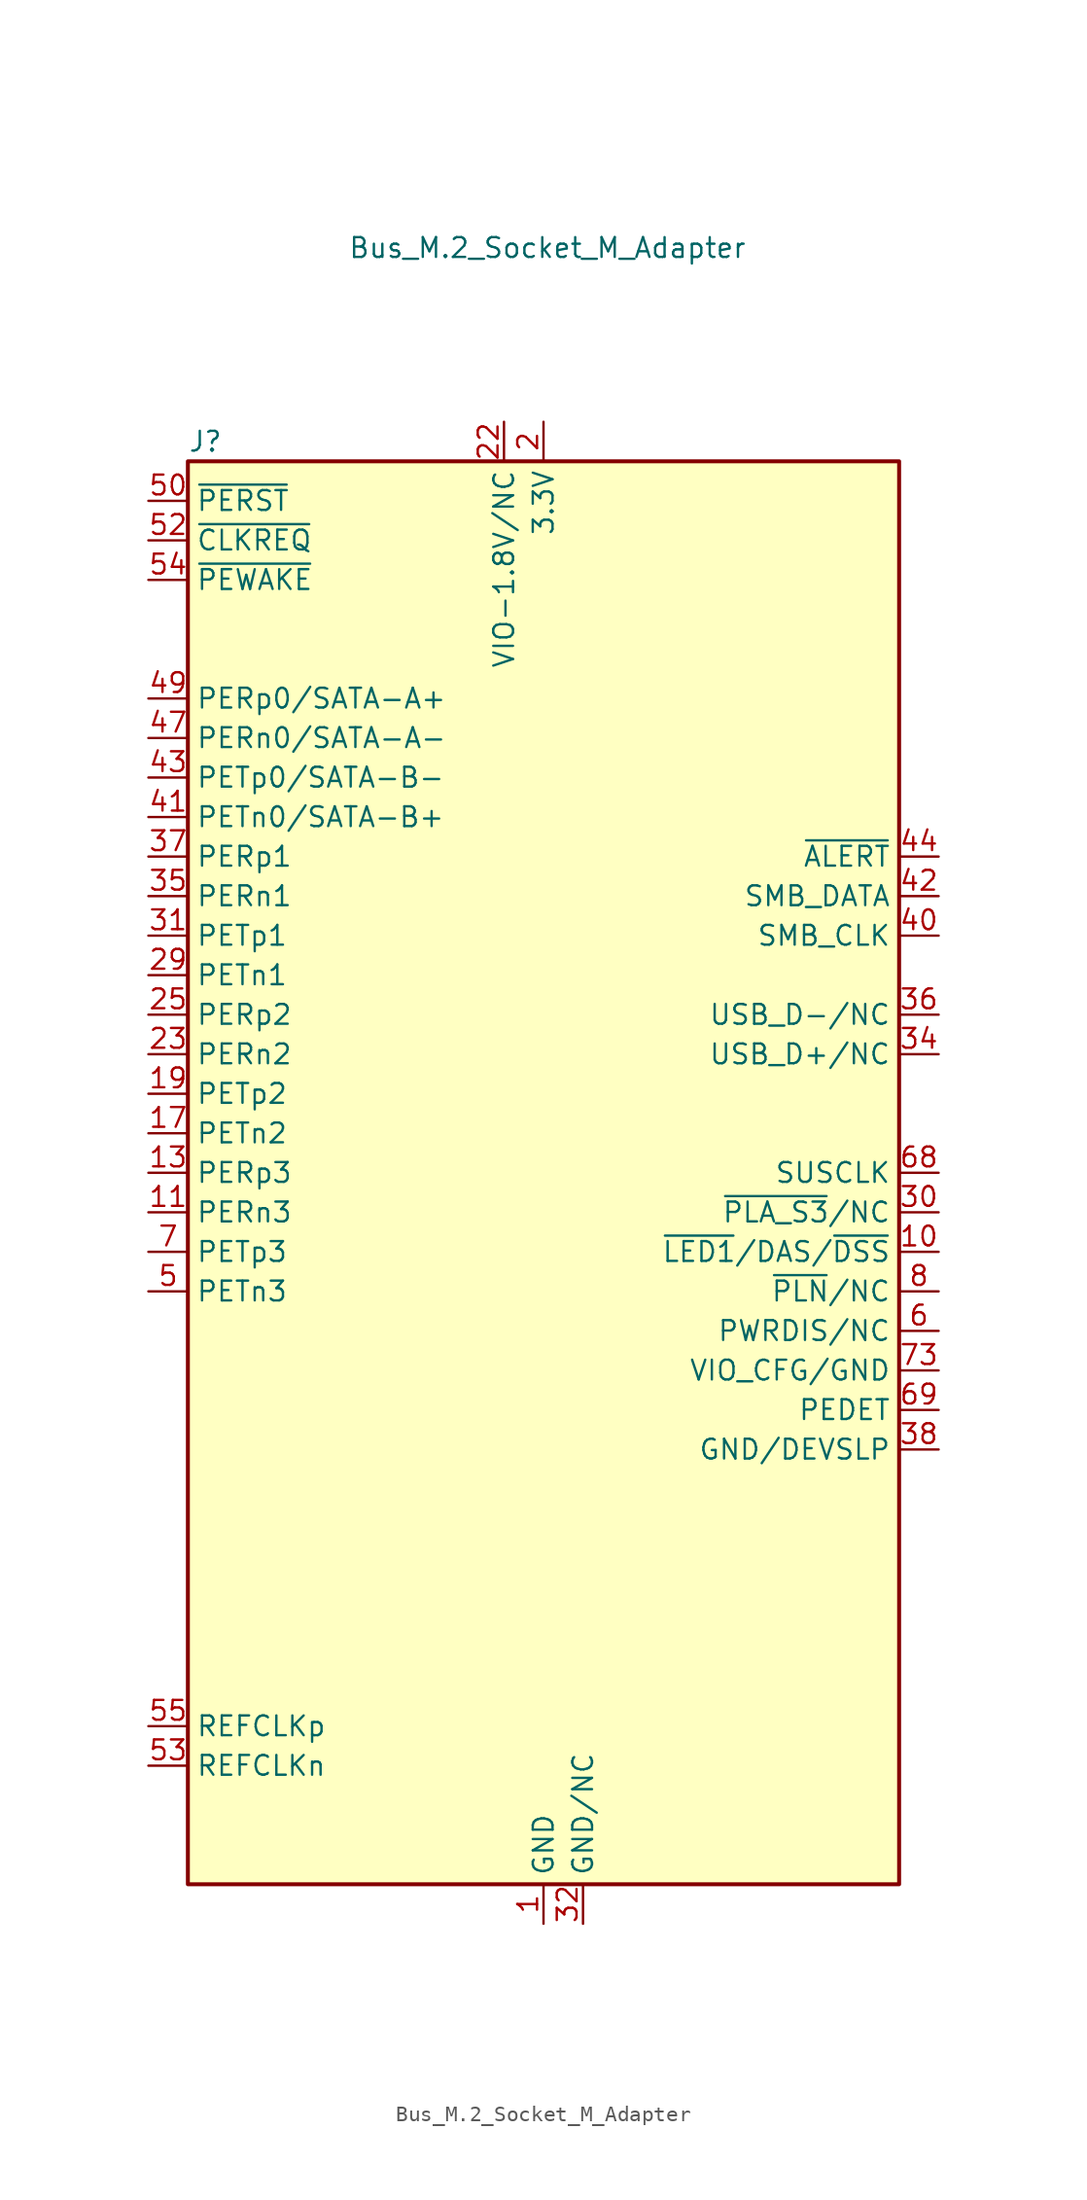
<source format=kicad_sym>
(kicad_symbol_lib
  (version 20241209)
  (generator "kicad_symbol_editor")
  (generator_version "9.0")
  (symbol "Bus_M.2_Socket_M_Adapter"
    (property "Reference" "J"
      (at -22.86 46.99 0)
      (effects (font (size 1.27 1.27)) (justify left)))
    (property "Value" "Bus_M.2_Socket_M_Adapter"
      (at 0.254 59.436 0)
      (effects (font (size 1.27 1.27))))
    (symbol "Bus_M.2_Socket_M_Adapter_0_1"
      (rectangle (start -22.86 45.72) (end 22.86 -45.72) (stroke (width 0.254) (type default)) (fill (type background))))
    (symbol "Bus_M.2_Socket_M_Adapter_1_0"
      (pin passive line (at 0 -48.26 90) (length 2.54) (hide yes) (name "GND" (effects (font (size 1.27 1.27)))) (number "76" (effects (font (size 1.27 1.27)))))
      (pin passive line (at 0 -48.26 90) (length 2.54) (hide yes) (name "GND" (effects (font (size 1.27 1.27)))) (number "77" (effects (font (size 1.27 1.27))))))
    (symbol "Bus_M.2_Socket_M_Adapter_1_1"
      (pin output line (at -25.4 43.18 0) (length 2.54) (name "~{PERST}" (effects (font (size 1.27 1.27)))) (number "50" (effects (font (size 1.27 1.27)))))
      (pin bidirectional line (at -25.4 40.64 0) (length 2.54) (name "~{CLKREQ}" (effects (font (size 1.27 1.27)))) (number "52" (effects (font (size 1.27 1.27)))))
      (pin bidirectional line (at -25.4 38.1 0) (length 2.54) (name "~{PEWAKE}" (effects (font (size 1.27 1.27)))) (number "54" (effects (font (size 1.27 1.27)))))
      (pin output line (at -25.4 30.48 0) (length 2.54) (name "PERp0/SATA-A+" (effects (font (size 1.27 1.27)))) (number "49" (effects (font (size 1.27 1.27)))))
      (pin output line (at -25.4 27.94 0) (length 2.54) (name "PERn0/SATA-A-" (effects (font (size 1.27 1.27)))) (number "47" (effects (font (size 1.27 1.27)))))
      (pin input line (at -25.4 25.4 0) (length 2.54) (name "PETp0/SATA-B-" (effects (font (size 1.27 1.27)))) (number "43" (effects (font (size 1.27 1.27)))))
      (pin input line (at -25.4 22.86 0) (length 2.54) (name "PETn0/SATA-B+" (effects (font (size 1.27 1.27)))) (number "41" (effects (font (size 1.27 1.27)))))
      (pin output line (at -25.4 20.32 0) (length 2.54) (name "PERp1" (effects (font (size 1.27 1.27)))) (number "37" (effects (font (size 1.27 1.27)))))
      (pin output line (at -25.4 17.78 0) (length 2.54) (name "PERn1" (effects (font (size 1.27 1.27)))) (number "35" (effects (font (size 1.27 1.27)))))
      (pin input line (at -25.4 15.24 0) (length 2.54) (name "PETp1" (effects (font (size 1.27 1.27)))) (number "31" (effects (font (size 1.27 1.27)))))
      (pin input line (at -25.4 12.7 0) (length 2.54) (name "PETn1" (effects (font (size 1.27 1.27)))) (number "29" (effects (font (size 1.27 1.27)))))
      (pin output line (at -25.4 10.16 0) (length 2.54) (name "PERp2" (effects (font (size 1.27 1.27)))) (number "25" (effects (font (size 1.27 1.27)))))
      (pin output line (at -25.4 7.62 0) (length 2.54) (name "PERn2" (effects (font (size 1.27 1.27)))) (number "23" (effects (font (size 1.27 1.27)))))
      (pin input line (at -25.4 5.08 0) (length 2.54) (name "PETp2" (effects (font (size 1.27 1.27)))) (number "19" (effects (font (size 1.27 1.27)))))
      (pin input line (at -25.4 2.54 0) (length 2.54) (name "PETn2" (effects (font (size 1.27 1.27)))) (number "17" (effects (font (size 1.27 1.27)))))
      (pin output line (at -25.4 0 0) (length 2.54) (name "PERp3" (effects (font (size 1.27 1.27)))) (number "13" (effects (font (size 1.27 1.27)))))
      (pin output line (at -25.4 -2.54 0) (length 2.54) (name "PERn3" (effects (font (size 1.27 1.27)))) (number "11" (effects (font (size 1.27 1.27)))))
      (pin input line (at -25.4 -5.08 0) (length 2.54) (name "PETp3" (effects (font (size 1.27 1.27)))) (number "7" (effects (font (size 1.27 1.27)))))
      (pin input line (at -25.4 -7.62 0) (length 2.54) (name "PETn3" (effects (font (size 1.27 1.27)))) (number "5" (effects (font (size 1.27 1.27)))))
      (pin output line (at -25.4 -35.56 0) (length 2.54) (name "REFCLKp" (effects (font (size 1.27 1.27)))) (number "55" (effects (font (size 1.27 1.27)))))
      (pin output line (at -25.4 -38.1 0) (length 2.54) (name "REFCLKn" (effects (font (size 1.27 1.27)))) (number "53" (effects (font (size 1.27 1.27)))))
      (pin input line (at -2.54 48.26 270) (length 2.54) (name "VIO-1.8V/NC" (effects (font (size 1.27 1.27)))) (number "22" (effects (font (size 1.27 1.27)))))
      (pin passive line (at 0 48.26 270) (length 2.54) (hide yes) (name "3.3V" (effects (font (size 1.27 1.27)))) (number "12" (effects (font (size 1.27 1.27)))))
      (pin passive line (at 0 48.26 270) (length 2.54) (hide yes) (name "3.3V" (effects (font (size 1.27 1.27)))) (number "14" (effects (font (size 1.27 1.27)))))
      (pin passive line (at 0 48.26 270) (length 2.54) (hide yes) (name "3.3V" (effects (font (size 1.27 1.27)))) (number "16" (effects (font (size 1.27 1.27)))))
      (pin passive line (at 0 48.26 270) (length 2.54) (hide yes) (name "3.3V" (effects (font (size 1.27 1.27)))) (number "18" (effects (font (size 1.27 1.27)))))
      (pin power_out line (at 0 48.26 270) (length 2.54) (name "3.3V" (effects (font (size 1.27 1.27)))) (number "2" (effects (font (size 1.27 1.27)))))
      (pin passive line (at 0 48.26 270) (length 2.54) (hide yes) (name "3.3V" (effects (font (size 1.27 1.27)))) (number "4" (effects (font (size 1.27 1.27)))))
      (pin passive line (at 0 48.26 270) (length 2.54) (hide yes) (name "3.3V" (effects (font (size 1.27 1.27)))) (number "70" (effects (font (size 1.27 1.27)))))
      (pin passive line (at 0 48.26 270) (length 2.54) (hide yes) (name "3.3V" (effects (font (size 1.27 1.27)))) (number "72" (effects (font (size 1.27 1.27)))))
      (pin passive line (at 0 48.26 270) (length 2.54) (hide yes) (name "3.3V" (effects (font (size 1.27 1.27)))) (number "74" (effects (font (size 1.27 1.27)))))
      (pin power_out line (at 0 -48.26 90) (length 2.54) (name "GND" (effects (font (size 1.27 1.27)))) (number "1" (effects (font (size 1.27 1.27)))))
      (pin passive line (at 0 -48.26 90) (length 2.54) (hide yes) (name "GND" (effects (font (size 1.27 1.27)))) (number "15" (effects (font (size 1.27 1.27)))))
      (pin passive line (at 0 -48.26 90) (length 2.54) (hide yes) (name "GND" (effects (font (size 1.27 1.27)))) (number "21" (effects (font (size 1.27 1.27)))))
      (pin passive line (at 0 -48.26 90) (length 2.54) (hide yes) (name "GND" (effects (font (size 1.27 1.27)))) (number "27" (effects (font (size 1.27 1.27)))))
      (pin passive line (at 0 -48.26 90) (length 2.54) (hide yes) (name "GND" (effects (font (size 1.27 1.27)))) (number "3" (effects (font (size 1.27 1.27)))))
      (pin passive line (at 0 -48.26 90) (length 2.54) (hide yes) (name "GND" (effects (font (size 1.27 1.27)))) (number "33" (effects (font (size 1.27 1.27)))))
      (pin passive line (at 0 -48.26 90) (length 2.54) (hide yes) (name "GND" (effects (font (size 1.27 1.27)))) (number "39" (effects (font (size 1.27 1.27)))))
      (pin passive line (at 0 -48.26 90) (length 2.54) (hide yes) (name "GND" (effects (font (size 1.27 1.27)))) (number "45" (effects (font (size 1.27 1.27)))))
      (pin passive line (at 0 -48.26 90) (length 2.54) (hide yes) (name "GND" (effects (font (size 1.27 1.27)))) (number "51" (effects (font (size 1.27 1.27)))))
      (pin passive line (at 0 -48.26 90) (length 2.54) (hide yes) (name "GND" (effects (font (size 1.27 1.27)))) (number "57" (effects (font (size 1.27 1.27)))))
      (pin passive line (at 0 -48.26 90) (length 2.54) (hide yes) (name "GND" (effects (font (size 1.27 1.27)))) (number "71" (effects (font (size 1.27 1.27)))))
      (pin passive line (at 0 -48.26 90) (length 2.54) (hide yes) (name "GND" (effects (font (size 1.27 1.27)))) (number "75" (effects (font (size 1.27 1.27)))))
      (pin passive line (at 0 -48.26 90) (length 2.54) (hide yes) (name "GND" (effects (font (size 1.27 1.27)))) (number "9" (effects (font (size 1.27 1.27)))))
      (pin passive line (at 2.54 -48.26 90) (length 2.54) (name "GND/NC" (effects (font (size 1.27 1.27)))) (number "32" (effects (font (size 1.27 1.27)))))
      (pin no_connect line (at 22.86 43.18 180) (length 2.54) (hide yes) (name "MFG_CLOCK" (effects (font (size 1.27 1.27)))) (number "58" (effects (font (size 1.27 1.27)))))
      (pin no_connect line (at 22.86 40.64 180) (length 2.54) (hide yes) (name "MFG_DATA" (effects (font (size 1.27 1.27)))) (number "56" (effects (font (size 1.27 1.27)))))
      (pin no_connect line (at 22.86 38.1 180) (length 2.54) (hide yes) (name "NC" (effects (font (size 1.27 1.27)))) (number "48" (effects (font (size 1.27 1.27)))))
      (pin no_connect line (at 22.86 35.56 180) (length 2.54) (hide yes) (name "NC" (effects (font (size 1.27 1.27)))) (number "46" (effects (font (size 1.27 1.27)))))
      (pin no_connect line (at 22.86 33.02 180) (length 2.54) (hide yes) (name "NC" (effects (font (size 1.27 1.27)))) (number "28" (effects (font (size 1.27 1.27)))))
      (pin no_connect line (at 22.86 30.48 180) (length 2.54) (hide yes) (name "NC" (effects (font (size 1.27 1.27)))) (number "26" (effects (font (size 1.27 1.27)))))
      (pin no_connect line (at 22.86 27.94 180) (length 2.54) (hide yes) (name "NC" (effects (font (size 1.27 1.27)))) (number "24" (effects (font (size 1.27 1.27)))))
      (pin no_connect line (at 22.86 25.4 180) (length 2.54) (hide yes) (name "NC" (effects (font (size 1.27 1.27)))) (number "20" (effects (font (size 1.27 1.27)))))
      (pin no_connect line (at 22.86 22.86 180) (length 2.54) (hide yes) (name "NC" (effects (font (size 1.27 1.27)))) (number "67" (effects (font (size 1.27 1.27)))))
      (pin input line (at 25.4 20.32 180) (length 2.54) (name "~{ALERT}" (effects (font (size 1.27 1.27)))) (number "44" (effects (font (size 1.27 1.27)))))
      (pin bidirectional line (at 25.4 17.78 180) (length 2.54) (name "SMB_DATA" (effects (font (size 1.27 1.27)))) (number "42" (effects (font (size 1.27 1.27)))))
      (pin bidirectional line (at 25.4 15.24 180) (length 2.54) (name "SMB_CLK" (effects (font (size 1.27 1.27)))) (number "40" (effects (font (size 1.27 1.27)))))
      (pin bidirectional line (at 25.4 10.16 180) (length 2.54) (name "USB_D-/NC" (effects (font (size 1.27 1.27)))) (number "36" (effects (font (size 1.27 1.27)))))
      (pin bidirectional line (at 25.4 7.62 180) (length 2.54) (name "USB_D+/NC" (effects (font (size 1.27 1.27)))) (number "34" (effects (font (size 1.27 1.27)))))
      (pin output line (at 25.4 0 180) (length 2.54) (name "SUSCLK" (effects (font (size 1.27 1.27)))) (number "68" (effects (font (size 1.27 1.27)))))
      (pin input line (at 25.4 -2.54 180) (length 2.54) (name "~{PLA_S3}/NC" (effects (font (size 1.27 1.27)))) (number "30" (effects (font (size 1.27 1.27)))))
      (pin bidirectional line (at 25.4 -5.08 180) (length 2.54) (name "~{LED1}/DAS/~{DSS}" (effects (font (size 1.27 1.27)))) (number "10" (effects (font (size 1.27 1.27)))))
      (pin output line (at 25.4 -7.62 180) (length 2.54) (name "~{PLN}/NC" (effects (font (size 1.27 1.27)))) (number "8" (effects (font (size 1.27 1.27)))))
      (pin output line (at 25.4 -10.16 180) (length 2.54) (name "PWRDIS/NC" (effects (font (size 1.27 1.27)))) (number "6" (effects (font (size 1.27 1.27)))))
      (pin passive line (at 25.4 -12.7 180) (length 2.54) (name "VIO_CFG/GND" (effects (font (size 1.27 1.27)))) (number "73" (effects (font (size 1.27 1.27)))))
      (pin passive line (at 25.4 -15.24 180) (length 2.54) (name "PEDET" (effects (font (size 1.27 1.27)))) (number "69" (effects (font (size 1.27 1.27)))))
      (pin output line (at 25.4 -17.78 180) (length 2.54) (name "GND/DEVSLP" (effects (font (size 1.27 1.27)))) (number "38" (effects (font (size 1.27 1.27))))))))
</source>
